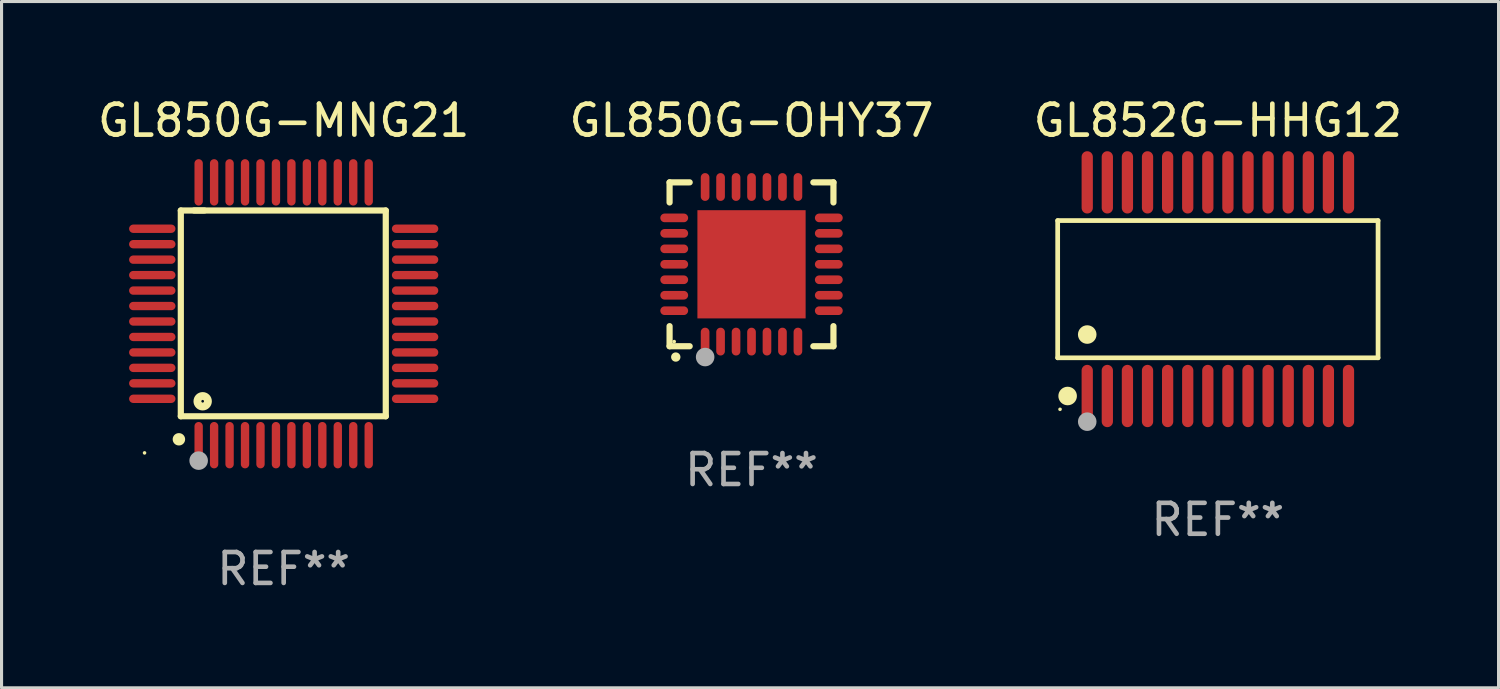
<source format=kicad_pcb>
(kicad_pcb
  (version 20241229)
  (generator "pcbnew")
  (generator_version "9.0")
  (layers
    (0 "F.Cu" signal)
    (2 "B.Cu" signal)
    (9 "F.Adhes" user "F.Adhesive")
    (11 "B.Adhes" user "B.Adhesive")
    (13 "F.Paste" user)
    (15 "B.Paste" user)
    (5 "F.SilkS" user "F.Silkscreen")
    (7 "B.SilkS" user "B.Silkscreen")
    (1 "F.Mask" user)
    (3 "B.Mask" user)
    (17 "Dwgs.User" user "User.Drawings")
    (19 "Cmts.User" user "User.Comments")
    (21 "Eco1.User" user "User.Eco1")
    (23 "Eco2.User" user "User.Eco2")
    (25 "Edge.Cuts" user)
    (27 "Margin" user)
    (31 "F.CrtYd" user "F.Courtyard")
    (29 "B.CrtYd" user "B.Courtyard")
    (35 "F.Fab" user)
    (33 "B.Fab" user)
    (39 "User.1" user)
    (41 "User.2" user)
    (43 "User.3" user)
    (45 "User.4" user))
  (footprint "GL852G-HHG12"
    (layer "F.Cu")
    (at 36.339 6.303)
    (property "Reference" "GL852G-HHG12" (at 0 -5.455 0) (layer "F.SilkS") (effects (font (size 1 1) (thickness 0.15))))
    (attr through_hole)
    (fp_line (start -5.181 -2.219) (end 5.181 -2.219) (stroke (width 0.152) (type solid)) (layer "F.SilkS"))
    (fp_line (start -5.181 2.219) (end -5.181 -2.219) (stroke (width 0.152) (type solid)) (layer "F.SilkS"))
    (fp_line (start 5.181 -2.219) (end 5.181 2.219) (stroke (width 0.152) (type solid)) (layer "F.SilkS"))
    (fp_line (start 5.181 2.219) (end -5.181 2.219) (stroke (width 0.152) (type solid)) (layer "F.SilkS"))
    (fp_circle (center -5.105 3.885) (end -5.075 3.885) (stroke (width 0.06) (type solid)) (fill no) (layer "F.SilkS"))
    (fp_circle (center -4.859 3.455) (end -4.709 3.455) (stroke (width 0.3) (type solid)) (fill no) (layer "F.SilkS"))
    (fp_circle (center -4.225 1.467) (end -4.075 1.467) (stroke (width 0.3) (type solid)) (fill no) (layer "F.SilkS"))
    (fp_circle (center -4.225 4.285) (end -4.075 4.285) (stroke (width 0.3) (type solid)) (fill no) (layer "F.Fab"))
    (fp_text user "REF**" (at 0 7.455 0) (layer "F.Fab") (effects (font (size 1 1) (thickness 0.15))))
    (pad "1" smd oval (at -4.225 3.455) (size 0.364 2.015) (layers "F.Cu" "F.Mask" "F.Paste"))
    (pad "2" smd oval (at -3.575 3.455) (size 0.364 2.015) (layers "F.Cu" "F.Mask" "F.Paste"))
    (pad "3" smd oval (at -2.925 3.455) (size 0.364 2.015) (layers "F.Cu" "F.Mask" "F.Paste"))
    (pad "4" smd oval (at -2.275 3.455) (size 0.364 2.015) (layers "F.Cu" "F.Mask" "F.Paste"))
    (pad "5" smd oval (at -1.625 3.455) (size 0.364 2.015) (layers "F.Cu" "F.Mask" "F.Paste"))
    (pad "6" smd oval (at -0.975 3.455) (size 0.364 2.015) (layers "F.Cu" "F.Mask" "F.Paste"))
    (pad "7" smd oval (at -0.325 3.455) (size 0.364 2.015) (layers "F.Cu" "F.Mask" "F.Paste"))
    (pad "8" smd oval (at 0.325 3.455) (size 0.364 2.015) (layers "F.Cu" "F.Mask" "F.Paste"))
    (pad "9" smd oval (at 0.975 3.455) (size 0.364 2.015) (layers "F.Cu" "F.Mask" "F.Paste"))
    (pad "10" smd oval (at 1.625 3.455) (size 0.364 2.015) (layers "F.Cu" "F.Mask" "F.Paste"))
    (pad "11" smd oval (at 2.275 3.455) (size 0.364 2.015) (layers "F.Cu" "F.Mask" "F.Paste"))
    (pad "12" smd oval (at 2.925 3.455) (size 0.364 2.015) (layers "F.Cu" "F.Mask" "F.Paste"))
    (pad "13" smd oval (at 3.575 3.455) (size 0.364 2.015) (layers "F.Cu" "F.Mask" "F.Paste"))
    (pad "14" smd oval (at 4.225 3.455) (size 0.364 2.015) (layers "F.Cu" "F.Mask" "F.Paste"))
    (pad "15" smd oval (at 4.225 -3.455) (size 0.364 2.015) (layers "F.Cu" "F.Mask" "F.Paste"))
    (pad "16" smd oval (at 3.575 -3.455) (size 0.364 2.015) (layers "F.Cu" "F.Mask" "F.Paste"))
    (pad "17" smd oval (at 2.925 -3.455) (size 0.364 2.015) (layers "F.Cu" "F.Mask" "F.Paste"))
    (pad "18" smd oval (at 2.275 -3.455) (size 0.364 2.015) (layers "F.Cu" "F.Mask" "F.Paste"))
    (pad "19" smd oval (at 1.625 -3.455) (size 0.364 2.015) (layers "F.Cu" "F.Mask" "F.Paste"))
    (pad "20" smd oval (at 0.975 -3.455) (size 0.364 2.015) (layers "F.Cu" "F.Mask" "F.Paste"))
    (pad "21" smd oval (at 0.325 -3.455) (size 0.364 2.015) (layers "F.Cu" "F.Mask" "F.Paste"))
    (pad "22" smd oval (at -0.325 -3.455) (size 0.364 2.015) (layers "F.Cu" "F.Mask" "F.Paste"))
    (pad "23" smd oval (at -0.975 -3.455) (size 0.364 2.015) (layers "F.Cu" "F.Mask" "F.Paste"))
    (pad "24" smd oval (at -1.625 -3.455) (size 0.364 2.015) (layers "F.Cu" "F.Mask" "F.Paste"))
    (pad "25" smd oval (at -2.275 -3.455) (size 0.364 2.015) (layers "F.Cu" "F.Mask" "F.Paste"))
    (pad "26" smd oval (at -2.925 -3.455) (size 0.364 2.015) (layers "F.Cu" "F.Mask" "F.Paste"))
    (pad "27" smd oval (at -3.575 -3.455) (size 0.364 2.015) (layers "F.Cu" "F.Mask" "F.Paste"))
    (pad "28" smd oval (at -4.225 -3.455) (size 0.364 2.015) (layers "F.Cu" "F.Mask" "F.Paste")))
  (footprint "GL850G-OHY37"
    (layer "F.Cu")
    (at 21.256 5.498)
    (property "Reference" "GL850G-OHY37" (at 0 -4.65 0) (layer "F.SilkS") (effects (font (size 1 1) (thickness 0.15))))
    (attr through_hole)
    (fp_line (start -2.65 -2.65) (end -2.65 -2) (stroke (width 0.2) (type solid)) (layer "F.SilkS"))
    (fp_line (start -2.65 2.65) (end -2.65 2) (stroke (width 0.2) (type solid)) (layer "F.SilkS"))
    (fp_line (start -2 -2.65) (end -2.65 -2.65) (stroke (width 0.2) (type solid)) (layer "F.SilkS"))
    (fp_line (start -2 2.65) (end -2.65 2.65) (stroke (width 0.2) (type solid)) (layer "F.SilkS"))
    (fp_line (start 2 2.65) (end 2.65 2.65) (stroke (width 0.2) (type solid)) (layer "F.SilkS"))
    (fp_line (start 2.65 -2.65) (end 2 -2.65) (stroke (width 0.2) (type solid)) (layer "F.SilkS"))
    (fp_line (start 2.65 -2) (end 2.65 -2.65) (stroke (width 0.2) (type solid)) (layer "F.SilkS"))
    (fp_line (start 2.65 2.65) (end 2.65 2) (stroke (width 0.2) (type solid)) (layer "F.SilkS"))
    (fp_arc (start -2.451105 2.999746) (mid -2.449835 2.999741) (end -2.448565 2.999746) (stroke (width 0.3) (type solid)) (layer "F.SilkS"))
    (fp_circle (center -2.5 2.5) (end -2.47 2.5) (stroke (width 0.06) (type solid)) (fill no) (layer "F.SilkS"))
    (fp_circle (center -1.5 3) (end -1.35 3) (stroke (width 0.3) (type solid)) (fill no) (layer "F.Fab"))
    (fp_text user "REF**" (at 0 6.65 0) (layer "F.Fab") (effects (font (size 1 1) (thickness 0.15))))
    (pad "1" smd oval (at -1.501 2.5 180) (size 0.28 0.9) (layers "F.Cu" "F.Mask" "F.Paste"))
    (pad "2" smd oval (at -1.001 2.5 180) (size 0.28 0.9) (layers "F.Cu" "F.Mask" "F.Paste"))
    (pad "3" smd oval (at -0.5 2.5 180) (size 0.28 0.9) (layers "F.Cu" "F.Mask" "F.Paste"))
    (pad "4" smd oval (at 0.000076 2.5 180) (size 0.28 0.9) (layers "F.Cu" "F.Mask" "F.Paste"))
    (pad "5" smd oval (at 0.5 2.5 180) (size 0.28 0.9) (layers "F.Cu" "F.Mask" "F.Paste"))
    (pad "6" smd oval (at 1.001 2.5 180) (size 0.28 0.9) (layers "F.Cu" "F.Mask" "F.Paste"))
    (pad "7" smd oval (at 1.501 2.5 180) (size 0.28 0.9) (layers "F.Cu" "F.Mask" "F.Paste"))
    (pad "8" smd oval (at 2.5 1.501 90) (size 0.28 0.9) (layers "F.Cu" "F.Mask" "F.Paste"))
    (pad "9" smd oval (at 2.5 1.001 90) (size 0.28 0.9) (layers "F.Cu" "F.Mask" "F.Paste"))
    (pad "10" smd oval (at 2.5 0.5 90) (size 0.28 0.9) (layers "F.Cu" "F.Mask" "F.Paste"))
    (pad "11" smd oval (at 2.5 0.000076 90) (size 0.28 0.9) (layers "F.Cu" "F.Mask" "F.Paste"))
    (pad "12" smd oval (at 2.5 -0.5 90) (size 0.28 0.9) (layers "F.Cu" "F.Mask" "F.Paste"))
    (pad "13" smd oval (at 2.5 -1.001 90) (size 0.28 0.9) (layers "F.Cu" "F.Mask" "F.Paste"))
    (pad "14" smd oval (at 2.5 -1.501 90) (size 0.28 0.9) (layers "F.Cu" "F.Mask" "F.Paste"))
    (pad "15" smd oval (at 1.501 -2.5 180) (size 0.28 0.9) (layers "F.Cu" "F.Mask" "F.Paste"))
    (pad "16" smd oval (at 1.001 -2.5 180) (size 0.28 0.9) (layers "F.Cu" "F.Mask" "F.Paste"))
    (pad "17" smd oval (at 0.5 -2.5 180) (size 0.28 0.9) (layers "F.Cu" "F.Mask" "F.Paste"))
    (pad "18" smd oval (at 0.000076 -2.5 180) (size 0.28 0.9) (layers "F.Cu" "F.Mask" "F.Paste"))
    (pad "19" smd oval (at -0.5 -2.5 180) (size 0.28 0.9) (layers "F.Cu" "F.Mask" "F.Paste"))
    (pad "20" smd oval (at -1.001 -2.5 180) (size 0.28 0.9) (layers "F.Cu" "F.Mask" "F.Paste"))
    (pad "21" smd oval (at -1.501 -2.5 180) (size 0.28 0.9) (layers "F.Cu" "F.Mask" "F.Paste"))
    (pad "22" smd oval (at -2.5 -1.501 90) (size 0.28 0.9) (layers "F.Cu" "F.Mask" "F.Paste"))
    (pad "23" smd oval (at -2.5 -1.001 90) (size 0.28 0.9) (layers "F.Cu" "F.Mask" "F.Paste"))
    (pad "24" smd oval (at -2.5 -0.5 90) (size 0.28 0.9) (layers "F.Cu" "F.Mask" "F.Paste"))
    (pad "25" smd oval (at -2.5 0.000076 90) (size 0.28 0.9) (layers "F.Cu" "F.Mask" "F.Paste"))
    (pad "26" smd oval (at -2.5 0.5 90) (size 0.28 0.9) (layers "F.Cu" "F.Mask" "F.Paste"))
    (pad "27" smd oval (at -2.5 1.001 90) (size 0.28 0.9) (layers "F.Cu" "F.Mask" "F.Paste"))
    (pad "28" smd oval (at -2.5 1.501 90) (size 0.28 0.9) (layers "F.Cu" "F.Mask" "F.Paste"))
    (pad "29" smd rect (at 0.000076 0.000076 90) (size 3.5 3.5) (layers "F.Cu" "F.Mask" "F.Paste")))
  (footprint "GL850G-MNG21"
    (layer "F.Cu")
    (at 6.125 7.098)
    (property "Reference" "GL850G-MNG21" (at 0 -6.25 0) (layer "F.SilkS") (effects (font (size 1 1) (thickness 0.15))))
    (attr through_hole)
    (fp_line (start -3.327 -3.34) (end -2.565 -3.34) (stroke (width 0.2) (type solid)) (layer "F.SilkS"))
    (fp_line (start -3.327 3.315) (end -3.327 -3.34) (stroke (width 0.2) (type solid)) (layer "F.SilkS"))
    (fp_line (start -2.896 -3.34) (end 3.302 -3.34) (stroke (width 0.2) (type solid)) (layer "F.SilkS"))
    (fp_line (start 3.302 -3.34) (end 3.302 3.315) (stroke (width 0.2) (type solid)) (layer "F.SilkS"))
    (fp_line (start 3.302 3.315) (end -3.327 3.315) (stroke (width 0.2) (type solid)) (layer "F.SilkS"))
    (fp_arc (start -3.389992 4.059995) (mid -3.388722 4.059991) (end -3.387452 4.059995) (stroke (width 0.4) (type solid)) (layer "F.SilkS"))
    (fp_circle (center -4.5 4.5) (end -4.47 4.5) (stroke (width 0.06) (type solid)) (fill no) (layer "F.SilkS"))
    (fp_circle (center -2.62 2.83) (end -2.45 2.83) (stroke (width 0.254) (type solid)) (fill no) (layer "F.SilkS"))
    (fp_circle (center -2.75 4.75) (end -2.6 4.75) (stroke (width 0.3) (type solid)) (fill no) (layer "F.Fab"))
    (fp_text user "REF**" (at 0 8.25 0) (layer "F.Fab") (effects (font (size 1 1) (thickness 0.15))))
    (pad "1" smd oval (at -2.75 4.25) (size 0.27 1.5) (layers "F.Cu" "F.Mask" "F.Paste"))
    (pad "2" smd oval (at -2.25 4.25) (size 0.27 1.5) (layers "F.Cu" "F.Mask" "F.Paste"))
    (pad "3" smd oval (at -1.75 4.25) (size 0.27 1.5) (layers "F.Cu" "F.Mask" "F.Paste"))
    (pad "4" smd oval (at -1.25 4.25) (size 0.27 1.5) (layers "F.Cu" "F.Mask" "F.Paste"))
    (pad "5" smd oval (at -0.75 4.25) (size 0.27 1.5) (layers "F.Cu" "F.Mask" "F.Paste"))
    (pad "6" smd oval (at -0.25 4.25) (size 0.27 1.5) (layers "F.Cu" "F.Mask" "F.Paste"))
    (pad "7" smd oval (at 0.25 4.25) (size 0.27 1.5) (layers "F.Cu" "F.Mask" "F.Paste"))
    (pad "8" smd oval (at 0.75 4.25) (size 0.27 1.5) (layers "F.Cu" "F.Mask" "F.Paste"))
    (pad "9" smd oval (at 1.25 4.25) (size 0.27 1.5) (layers "F.Cu" "F.Mask" "F.Paste"))
    (pad "10" smd oval (at 1.75 4.25) (size 0.27 1.5) (layers "F.Cu" "F.Mask" "F.Paste"))
    (pad "11" smd oval (at 2.25 4.25) (size 0.27 1.5) (layers "F.Cu" "F.Mask" "F.Paste"))
    (pad "12" smd oval (at 2.75 4.25) (size 0.27 1.5) (layers "F.Cu" "F.Mask" "F.Paste"))
    (pad "13" smd oval (at 4.25 2.75) (size 1.5 0.27) (layers "F.Cu" "F.Mask" "F.Paste"))
    (pad "14" smd oval (at 4.25 2.25) (size 1.5 0.27) (layers "F.Cu" "F.Mask" "F.Paste"))
    (pad "15" smd oval (at 4.25 1.75) (size 1.5 0.27) (layers "F.Cu" "F.Mask" "F.Paste"))
    (pad "16" smd oval (at 4.25 1.25) (size 1.5 0.27) (layers "F.Cu" "F.Mask" "F.Paste"))
    (pad "17" smd oval (at 4.25 0.75) (size 1.5 0.27) (layers "F.Cu" "F.Mask" "F.Paste"))
    (pad "18" smd oval (at 4.25 0.25) (size 1.5 0.27) (layers "F.Cu" "F.Mask" "F.Paste"))
    (pad "19" smd oval (at 4.25 -0.25) (size 1.5 0.27) (layers "F.Cu" "F.Mask" "F.Paste"))
    (pad "20" smd oval (at 4.25 -0.75) (size 1.5 0.27) (layers "F.Cu" "F.Mask" "F.Paste"))
    (pad "21" smd oval (at 4.25 -1.25) (size 1.5 0.27) (layers "F.Cu" "F.Mask" "F.Paste"))
    (pad "22" smd oval (at 4.25 -1.75) (size 1.5 0.27) (layers "F.Cu" "F.Mask" "F.Paste"))
    (pad "23" smd oval (at 4.25 -2.25) (size 1.5 0.27) (layers "F.Cu" "F.Mask" "F.Paste"))
    (pad "24" smd oval (at 4.25 -2.75) (size 1.5 0.27) (layers "F.Cu" "F.Mask" "F.Paste"))
    (pad "25" smd oval (at 2.75 -4.25) (size 0.27 1.5) (layers "F.Cu" "F.Mask" "F.Paste"))
    (pad "26" smd oval (at 2.25 -4.25) (size 0.27 1.5) (layers "F.Cu" "F.Mask" "F.Paste"))
    (pad "27" smd oval (at 1.75 -4.25) (size 0.27 1.5) (layers "F.Cu" "F.Mask" "F.Paste"))
    (pad "28" smd oval (at 1.25 -4.25) (size 0.27 1.5) (layers "F.Cu" "F.Mask" "F.Paste"))
    (pad "29" smd oval (at 0.75 -4.25) (size 0.27 1.5) (layers "F.Cu" "F.Mask" "F.Paste"))
    (pad "30" smd oval (at 0.25 -4.25) (size 0.27 1.5) (layers "F.Cu" "F.Mask" "F.Paste"))
    (pad "31" smd oval (at -0.25 -4.25) (size 0.27 1.5) (layers "F.Cu" "F.Mask" "F.Paste"))
    (pad "32" smd oval (at -0.75 -4.25) (size 0.27 1.5) (layers "F.Cu" "F.Mask" "F.Paste"))
    (pad "33" smd oval (at -1.25 -4.25) (size 0.27 1.5) (layers "F.Cu" "F.Mask" "F.Paste"))
    (pad "34" smd oval (at -1.75 -4.25) (size 0.27 1.5) (layers "F.Cu" "F.Mask" "F.Paste"))
    (pad "35" smd oval (at -2.25 -4.25) (size 0.27 1.5) (layers "F.Cu" "F.Mask" "F.Paste"))
    (pad "36" smd oval (at -2.75 -4.25) (size 0.27 1.5) (layers "F.Cu" "F.Mask" "F.Paste"))
    (pad "37" smd oval (at -4.25 -2.75) (size 1.5 0.27) (layers "F.Cu" "F.Mask" "F.Paste"))
    (pad "38" smd oval (at -4.25 -2.25) (size 1.5 0.27) (layers "F.Cu" "F.Mask" "F.Paste"))
    (pad "39" smd oval (at -4.25 -1.75) (size 1.5 0.27) (layers "F.Cu" "F.Mask" "F.Paste"))
    (pad "40" smd oval (at -4.25 -1.25) (size 1.5 0.27) (layers "F.Cu" "F.Mask" "F.Paste"))
    (pad "41" smd oval (at -4.25 -0.75) (size 1.5 0.27) (layers "F.Cu" "F.Mask" "F.Paste"))
    (pad "42" smd oval (at -4.25 -0.25) (size 1.5 0.27) (layers "F.Cu" "F.Mask" "F.Paste"))
    (pad "43" smd oval (at -4.25 0.25) (size 1.5 0.27) (layers "F.Cu" "F.Mask" "F.Paste"))
    (pad "44" smd oval (at -4.25 0.75) (size 1.5 0.27) (layers "F.Cu" "F.Mask" "F.Paste"))
    (pad "45" smd oval (at -4.25 1.25) (size 1.5 0.27) (layers "F.Cu" "F.Mask" "F.Paste"))
    (pad "46" smd oval (at -4.25 1.75) (size 1.5 0.27) (layers "F.Cu" "F.Mask" "F.Paste"))
    (pad "47" smd oval (at -4.25 2.25) (size 1.5 0.27) (layers "F.Cu" "F.Mask" "F.Paste"))
    (pad "48" smd oval (at -4.25 2.75) (size 1.5 0.27) (layers "F.Cu" "F.Mask" "F.Paste")))
  (gr_rect
    (start -3 -3)
    (end 45.417 19.196)
    (stroke (width 0.1) (type default))
    (fill no)
    (layer "Edge.Cuts")))
</source>
